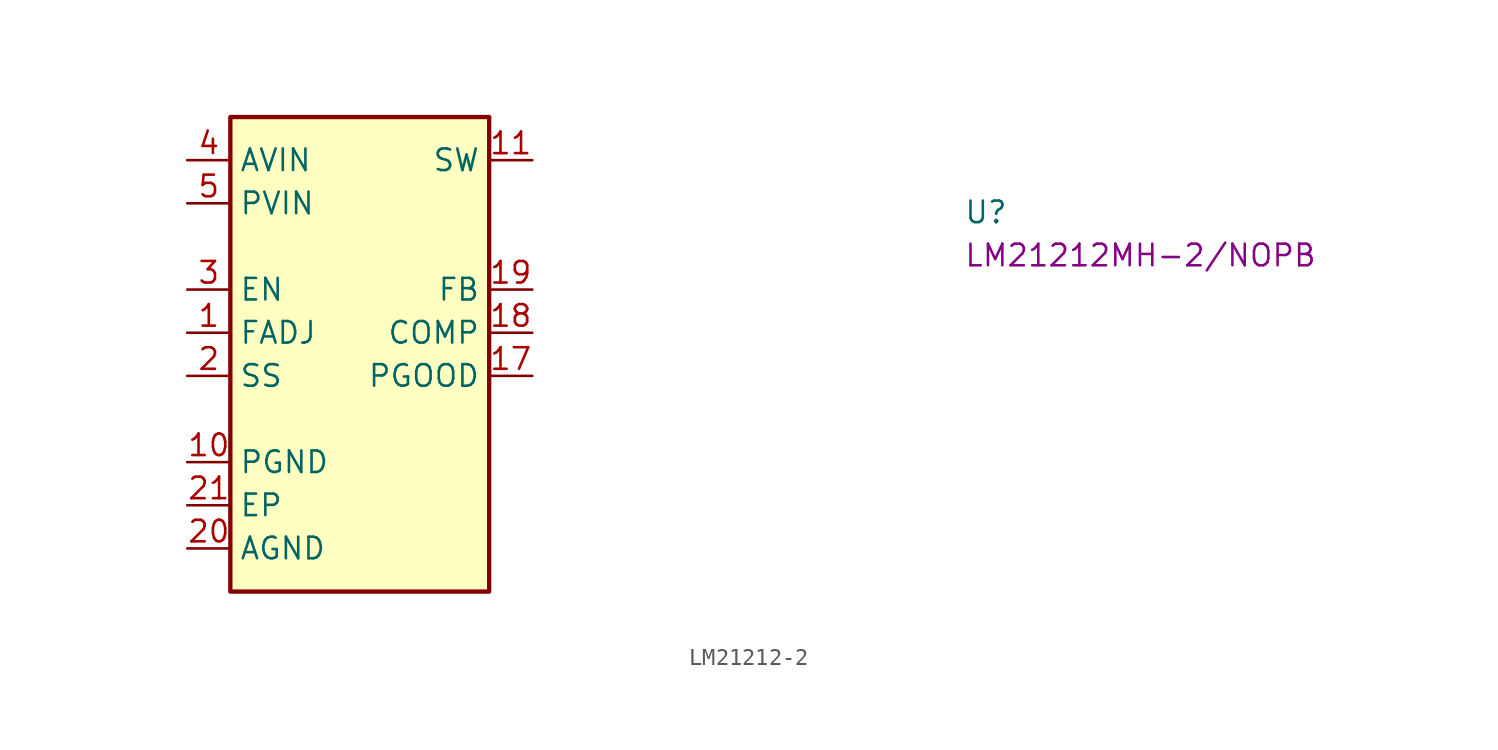
<source format=kicad_sym>
(kicad_symbol_lib
  (version 20220914)
  (generator kicad_symbol_editor)
  (symbol "LM21212-2"
    (property "Reference" "U"
      (at 45.72 -3.81 0)
      (effects (font (size 1.27 1.27) (thickness 0.15)) (justify left bottom)))
    (property "MPN" "LM21212MH-2/NOPB"
      (at 45.72 -6.35 0)
      (effects (font (size 1.27 1.27) (thickness 0.15)) (justify left bottom)))
    (symbol "LM21212-2_1_1"
      (rectangle (start 2.54 2.54) (end 17.78 -25.4) (stroke (width 0.254) (type default)) (fill (type background)))
      (pin passive line (at 0 -10.16 0) (length 2.54) (name "FADJ" (effects (font (size 1.27 1.27)))) (number "1" (effects (font (size 1.27 1.27)))))
      (pin passive line (at 0 -17.78 0) (length 2.54) (name "PGND" (effects (font (size 1.27 1.27)))) (number "10" (effects (font (size 1.27 1.27)))))
      (pin passive line (at 20.32 0 180) (length 2.54) (name "SW" (effects (font (size 1.27 1.27)))) (number "11" (effects (font (size 1.27 1.27)))))
      (pin passive line (at 20.32 0 180) (length 2.54) hide (name "SW" (effects (font (size 1.27 1.27)))) (number "12" (effects (font (size 1.27 1.27)))))
      (pin passive line (at 20.32 0 180) (length 2.54) hide (name "SW" (effects (font (size 1.27 1.27)))) (number "13" (effects (font (size 1.27 1.27)))))
      (pin passive line (at 20.32 0 180) (length 2.54) hide (name "SW" (effects (font (size 1.27 1.27)))) (number "14" (effects (font (size 1.27 1.27)))))
      (pin passive line (at 20.32 0 180) (length 2.54) hide (name "SW" (effects (font (size 1.27 1.27)))) (number "15" (effects (font (size 1.27 1.27)))))
      (pin passive line (at 20.32 0 180) (length 2.54) hide (name "SW" (effects (font (size 1.27 1.27)))) (number "16" (effects (font (size 1.27 1.27)))))
      (pin passive line (at 20.32 -12.7 180) (length 2.54) (name "PGOOD" (effects (font (size 1.27 1.27)))) (number "17" (effects (font (size 1.27 1.27)))))
      (pin passive line (at 20.32 -10.16 180) (length 2.54) (name "COMP" (effects (font (size 1.27 1.27)))) (number "18" (effects (font (size 1.27 1.27)))))
      (pin passive line (at 20.32 -7.62 180) (length 2.54) (name "FB" (effects (font (size 1.27 1.27)))) (number "19" (effects (font (size 1.27 1.27)))))
      (pin passive line (at 0 -12.7 0) (length 2.54) (name "SS" (effects (font (size 1.27 1.27)))) (number "2" (effects (font (size 1.27 1.27)))) (alternate "TRK" passive line))
      (pin passive line (at 0 -22.86 0) (length 2.54) (name "AGND" (effects (font (size 1.27 1.27)))) (number "20" (effects (font (size 1.27 1.27)))))
      (pin passive line (at 0 -20.32 0) (length 2.54) (name "EP" (effects (font (size 1.27 1.27)))) (number "21" (effects (font (size 1.27 1.27)))))
      (pin passive line (at 0 -7.62 0) (length 2.54) (name "EN" (effects (font (size 1.27 1.27)))) (number "3" (effects (font (size 1.27 1.27)))))
      (pin passive line (at 0 0 0) (length 2.54) (name "AVIN" (effects (font (size 1.27 1.27)))) (number "4" (effects (font (size 1.27 1.27)))))
      (pin passive line (at 0 -2.54 0) (length 2.54) (name "PVIN" (effects (font (size 1.27 1.27)))) (number "5" (effects (font (size 1.27 1.27)))))
      (pin passive line (at 0 -2.54 0) (length 2.54) hide (name "PVIN" (effects (font (size 1.27 1.27)))) (number "6" (effects (font (size 1.27 1.27)))))
      (pin passive line (at 0 -2.54 0) (length 2.54) hide (name "PVIN" (effects (font (size 1.27 1.27)))) (number "7" (effects (font (size 1.27 1.27)))))
      (pin passive line (at 0 -17.78 0) (length 2.54) hide (name "PGND" (effects (font (size 1.27 1.27)))) (number "8" (effects (font (size 1.27 1.27)))))
      (pin passive line (at 0 -17.78 0) (length 2.54) hide (name "PGND" (effects (font (size 1.27 1.27)))) (number "9" (effects (font (size 1.27 1.27))))))))
</source>
